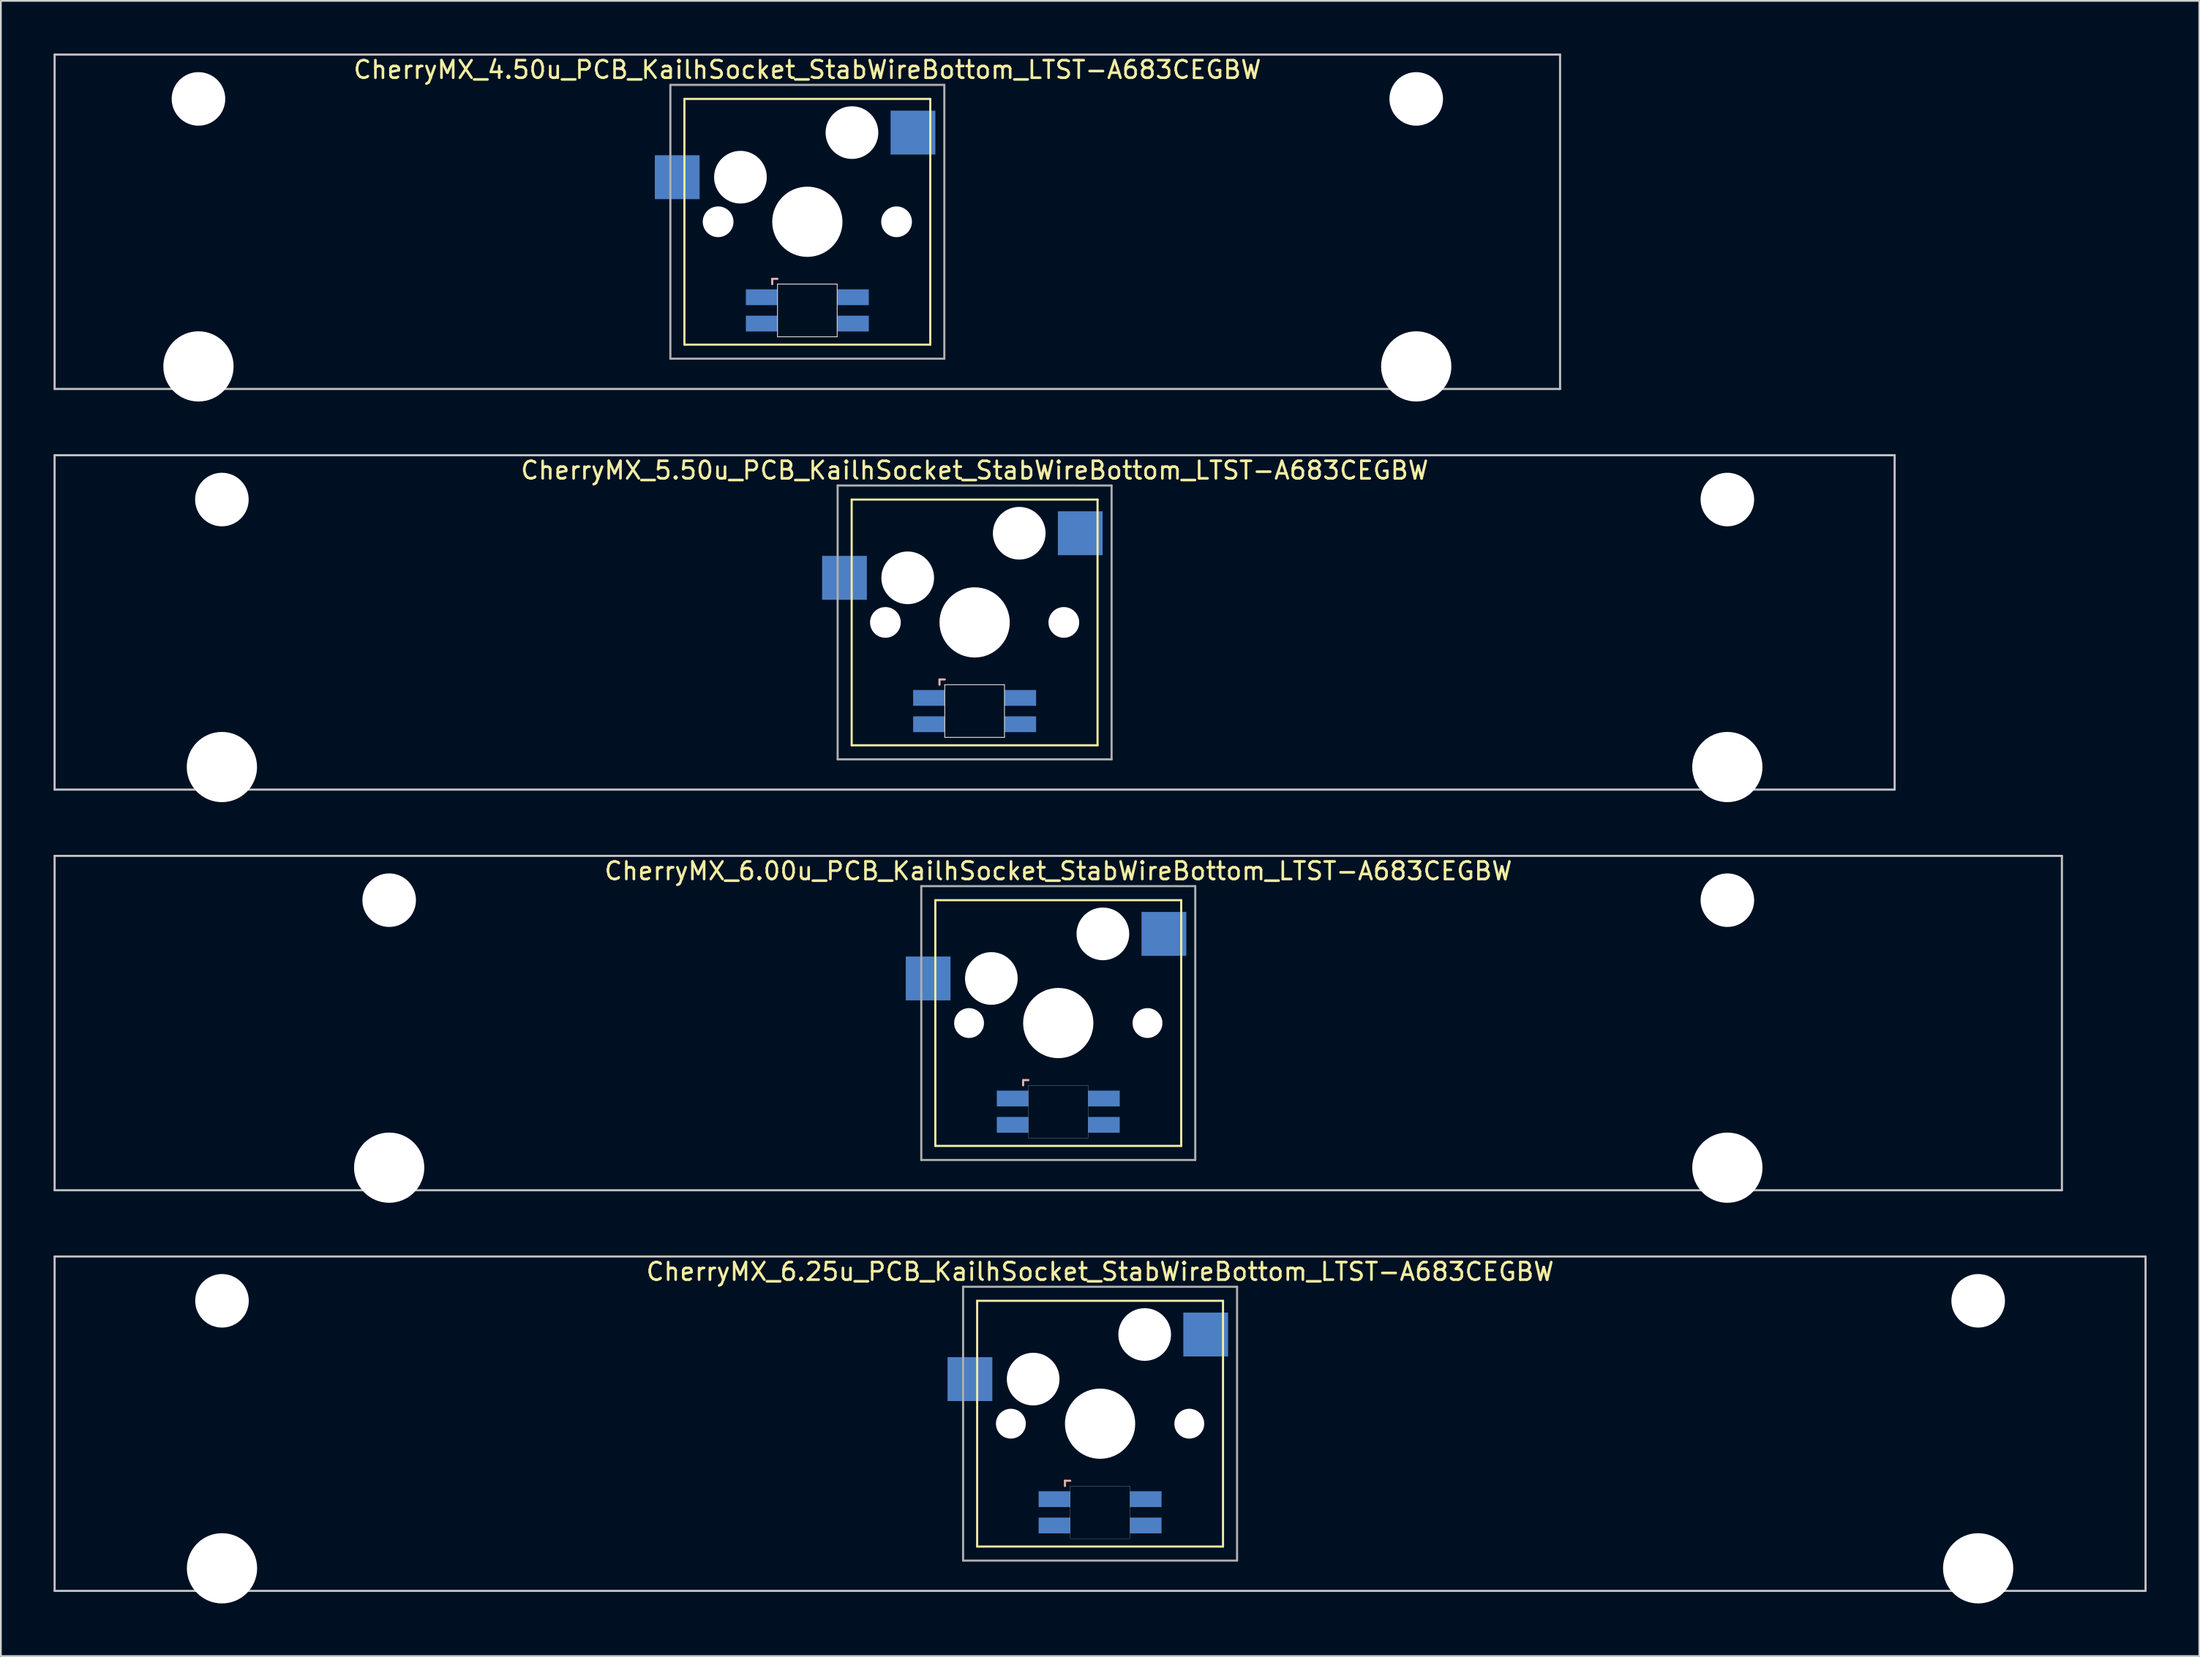
<source format=kicad_pcb>
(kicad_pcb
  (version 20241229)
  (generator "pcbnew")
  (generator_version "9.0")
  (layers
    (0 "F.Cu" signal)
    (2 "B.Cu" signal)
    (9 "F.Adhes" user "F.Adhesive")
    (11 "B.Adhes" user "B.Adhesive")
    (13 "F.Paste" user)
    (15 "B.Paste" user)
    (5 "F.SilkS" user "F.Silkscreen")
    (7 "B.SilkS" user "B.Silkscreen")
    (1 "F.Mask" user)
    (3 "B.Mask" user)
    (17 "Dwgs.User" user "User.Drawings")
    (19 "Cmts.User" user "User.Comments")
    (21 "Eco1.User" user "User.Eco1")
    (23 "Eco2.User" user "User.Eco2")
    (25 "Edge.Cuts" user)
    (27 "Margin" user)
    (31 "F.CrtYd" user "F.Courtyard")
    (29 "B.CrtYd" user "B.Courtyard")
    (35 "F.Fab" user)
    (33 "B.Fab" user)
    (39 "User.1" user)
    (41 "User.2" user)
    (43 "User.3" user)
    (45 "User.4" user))
  (footprint "CherryMX_4.50u_PCB_KailhSocket_StabWireBottom_LTST-A683CEGBW"
    (layer "F.Cu")
    (at 42.922 9.585)
    (property "Reference" "CherryMX_4.50u_PCB_KailhSocket_StabWireBottom_LTST-A683CEGBW" (at 0 -8.662 0) (layer "F.SilkS") (effects (font (size 1 1) (thickness 0.15))))
    (attr through_hole)
    (fp_line (start -7 -7) (end -7 7) (stroke (width 0.12) (type solid)) (layer "F.SilkS"))
    (fp_line (start -7 -7) (end 7 -7) (stroke (width 0.12) (type solid)) (layer "F.SilkS"))
    (fp_line (start 7 -7) (end 7 7) (stroke (width 0.12) (type solid)) (layer "F.SilkS"))
    (fp_line (start 7 7) (end -7 7) (stroke (width 0.12) (type solid)) (layer "F.SilkS"))
    (fp_line (start -2 3.25) (end -2 3.55) (stroke (width 0.12) (type solid)) (layer "B.SilkS"))
    (fp_line (start -1.7 3.25) (end -2 3.25) (stroke (width 0.12) (type solid)) (layer "B.SilkS"))
    (fp_line (start -42.862 -9.525) (end 42.862 -9.525) (stroke (width 0.12) (type solid)) (layer "Dwgs.User"))
    (fp_line (start -42.862 9.525) (end -42.862 -9.525) (stroke (width 0.12) (type solid)) (layer "Dwgs.User"))
    (fp_line (start 42.862 -9.525) (end 42.862 9.525) (stroke (width 0.12) (type solid)) (layer "Dwgs.User"))
    (fp_line (start 42.862 9.525) (end -42.862 9.525) (stroke (width 0.12) (type solid)) (layer "Dwgs.User"))
    (fp_line (start -1.7 3.55) (end 1.7 3.55) (stroke (width 0.05) (type solid)) (layer "Edge.Cuts"))
    (fp_line (start -1.7 6.55) (end -1.7 3.55) (stroke (width 0.05) (type solid)) (layer "Edge.Cuts"))
    (fp_line (start 1.7 3.55) (end 1.7 6.55) (stroke (width 0.05) (type solid)) (layer "Edge.Cuts"))
    (fp_line (start 1.7 6.55) (end -1.7 6.55) (stroke (width 0.05) (type solid)) (layer "Edge.Cuts"))
    (fp_line (start -7.8 -7.8) (end -7.8 7.8) (stroke (width 0.12) (type solid)) (layer "F.Fab"))
    (fp_line (start -7.8 -7.8) (end 7.8 -7.8) (stroke (width 0.12) (type solid)) (layer "F.Fab"))
    (fp_line (start -7.8 7.8) (end 7.8 7.8) (stroke (width 0.12) (type solid)) (layer "F.Fab"))
    (fp_line (start 7.8 -7.8) (end 7.8 7.8) (stroke (width 0.12) (type solid)) (layer "F.Fab"))
    (pad "" np_thru_hole circle (at -34.671 -7) (size 3.05 3.05) (drill 3.05) (layers "*.Cu" "*.Mask"))
    (pad "" np_thru_hole circle (at -34.671 8.24) (size 4 4) (drill 4) (layers "*.Cu" "*.Mask"))
    (pad "" np_thru_hole circle (at -5.08 0) (size 1.75 1.75) (drill 1.75) (layers "*.Cu" "*.Mask"))
    (pad "" np_thru_hole circle (at -3.81 -2.54) (size 3 3) (drill 3) (layers "*.Cu" "*.Mask"))
    (pad "" np_thru_hole circle (at 0 0) (size 4 4) (drill 4) (layers "*.Cu" "*.Mask"))
    (pad "" np_thru_hole circle (at 2.54 -5.08) (size 3 3) (drill 3) (layers "*.Cu" "*.Mask"))
    (pad "" np_thru_hole circle (at 5.08 0) (size 1.75 1.75) (drill 1.75) (layers "*.Cu" "*.Mask"))
    (pad "" np_thru_hole circle (at 34.671 -7) (size 3.05 3.05) (drill 3.05) (layers "*.Cu" "*.Mask"))
    (pad "" np_thru_hole circle (at 34.671 8.24) (size 4 4) (drill 4) (layers "*.Cu" "*.Mask"))
    (pad "1" smd rect (at -7.41 -2.54) (size 2.55 2.5) (layers "B.Cu" "B.Mask" "B.Paste"))
    (pad "2" smd rect (at 6.015 -5.08) (size 2.55 2.5) (layers "B.Cu" "B.Mask" "B.Paste"))
    (pad "3" smd rect (at -2.6 4.3) (size 1.8 0.9) (layers "B.Cu" "B.Mask" "B.Paste"))
    (pad "4" smd rect (at -2.6 5.8) (size 1.8 0.9) (layers "B.Cu" "B.Mask" "B.Paste"))
    (pad "5" smd rect (at 2.6 4.3) (size 1.8 0.9) (layers "B.Cu" "B.Mask" "B.Paste"))
    (pad "6" smd rect (at 2.6 5.8) (size 1.8 0.9) (layers "B.Cu" "B.Mask" "B.Paste")))
  (footprint "CherryMX_6.00u_PCB_KailhSocket_StabWireBottom_LTST-A683CEGBW"
    (layer "F.Cu")
    (at 57.21 55.235)
    (property "Reference" "CherryMX_6.00u_PCB_KailhSocket_StabWireBottom_LTST-A683CEGBW" (at 0 -8.662 0) (layer "F.SilkS") (effects (font (size 1 1) (thickness 0.15))))
    (attr through_hole)
    (fp_line (start -7 -7) (end -7 7) (stroke (width 0.12) (type solid)) (layer "F.SilkS"))
    (fp_line (start -7 -7) (end 7 -7) (stroke (width 0.12) (type solid)) (layer "F.SilkS"))
    (fp_line (start 7 -7) (end 7 7) (stroke (width 0.12) (type solid)) (layer "F.SilkS"))
    (fp_line (start 7 7) (end -7 7) (stroke (width 0.12) (type solid)) (layer "F.SilkS"))
    (fp_line (start -2 3.25) (end -2 3.55) (stroke (width 0.12) (type solid)) (layer "B.SilkS"))
    (fp_line (start -1.7 3.25) (end -2 3.25) (stroke (width 0.12) (type solid)) (layer "B.SilkS"))
    (fp_line (start -57.15 -9.525) (end 57.15 -9.525) (stroke (width 0.12) (type solid)) (layer "Dwgs.User"))
    (fp_line (start -57.15 9.525) (end -57.15 -9.525) (stroke (width 0.12) (type solid)) (layer "Dwgs.User"))
    (fp_line (start 57.15 -9.525) (end 57.15 9.525) (stroke (width 0.12) (type solid)) (layer "Dwgs.User"))
    (fp_line (start 57.15 9.525) (end -57.15 9.525) (stroke (width 0.12) (type solid)) (layer "Dwgs.User"))
    (fp_poly (pts (xy 1.7 6.55) (xy -1.7 6.55) (xy -1.7 3.55) (xy 1.7 3.55)) (stroke (width 0.01) (type solid)) (fill no) (layer "Edge.Cuts"))
    (fp_line (start -7.8 -7.8) (end -7.8 7.8) (stroke (width 0.12) (type solid)) (layer "F.Fab"))
    (fp_line (start -7.8 -7.8) (end 7.8 -7.8) (stroke (width 0.12) (type solid)) (layer "F.Fab"))
    (fp_line (start -7.8 7.8) (end 7.8 7.8) (stroke (width 0.12) (type solid)) (layer "F.Fab"))
    (fp_line (start 7.8 -7.8) (end 7.8 7.8) (stroke (width 0.12) (type solid)) (layer "F.Fab"))
    (pad "" np_thru_hole circle (at -38.1 -7) (size 3.05 3.05) (drill 3.05) (layers "*.Cu" "*.Mask"))
    (pad "" np_thru_hole circle (at -38.1 8.24) (size 4 4) (drill 4) (layers "*.Cu" "*.Mask"))
    (pad "" np_thru_hole circle (at -5.08 0) (size 1.7 1.7) (drill 1.7) (layers "*.Cu" "*.Mask"))
    (pad "" np_thru_hole circle (at -3.81 -2.54) (size 3 3) (drill 3) (layers "*.Cu" "*.Mask"))
    (pad "" np_thru_hole circle (at 0 0) (size 4 4) (drill 4) (layers "*.Cu" "*.Mask"))
    (pad "" np_thru_hole circle (at 2.54 -5.08) (size 3 3) (drill 3) (layers "*.Cu" "*.Mask"))
    (pad "" np_thru_hole circle (at 5.08 0) (size 1.7 1.7) (drill 1.7) (layers "*.Cu" "*.Mask"))
    (pad "" np_thru_hole circle (at 38.1 -7) (size 3.05 3.05) (drill 3.05) (layers "*.Cu" "*.Mask"))
    (pad "" np_thru_hole circle (at 38.1 8.24) (size 4 4) (drill 4) (layers "*.Cu" "*.Mask"))
    (pad "1" smd rect (at -7.41 -2.54) (size 2.55 2.5) (layers "B.Cu" "B.Mask" "B.Paste"))
    (pad "2" smd rect (at 6.015 -5.08) (size 2.55 2.5) (layers "B.Cu" "B.Mask" "B.Paste"))
    (pad "3" smd rect (at -2.6 4.3) (size 1.8 0.9) (layers "B.Cu" "B.Mask" "B.Paste"))
    (pad "4" smd rect (at -2.6 5.8) (size 1.8 0.9) (layers "B.Cu" "B.Mask" "B.Paste"))
    (pad "5" smd rect (at 2.6 4.3) (size 1.8 0.9) (layers "B.Cu" "B.Mask" "B.Paste"))
    (pad "6" smd rect (at 2.6 5.8) (size 1.8 0.9) (layers "B.Cu" "B.Mask" "B.Paste")))
  (footprint "CherryMX_5.50u_PCB_KailhSocket_StabWireBottom_LTST-A683CEGBW"
    (layer "F.Cu")
    (at 52.447 32.41)
    (property "Reference" "CherryMX_5.50u_PCB_KailhSocket_StabWireBottom_LTST-A683CEGBW" (at 0 -8.662 0) (layer "F.SilkS") (effects (font (size 1 1) (thickness 0.15))))
    (attr through_hole)
    (fp_line (start -7 -7) (end -7 7) (stroke (width 0.12) (type solid)) (layer "F.SilkS"))
    (fp_line (start -7 -7) (end 7 -7) (stroke (width 0.12) (type solid)) (layer "F.SilkS"))
    (fp_line (start 7 -7) (end 7 7) (stroke (width 0.12) (type solid)) (layer "F.SilkS"))
    (fp_line (start 7 7) (end -7 7) (stroke (width 0.12) (type solid)) (layer "F.SilkS"))
    (fp_line (start -2 3.25) (end -2 3.55) (stroke (width 0.12) (type solid)) (layer "B.SilkS"))
    (fp_line (start -1.7 3.25) (end -2 3.25) (stroke (width 0.12) (type solid)) (layer "B.SilkS"))
    (fp_line (start -52.388 -9.525) (end 52.388 -9.525) (stroke (width 0.12) (type solid)) (layer "Dwgs.User"))
    (fp_line (start -52.388 9.525) (end -52.388 -9.525) (stroke (width 0.12) (type solid)) (layer "Dwgs.User"))
    (fp_line (start 52.388 -9.525) (end 52.388 9.525) (stroke (width 0.12) (type solid)) (layer "Dwgs.User"))
    (fp_line (start 52.388 9.525) (end -52.388 9.525) (stroke (width 0.12) (type solid)) (layer "Dwgs.User"))
    (fp_line (start -1.7 3.55) (end 1.7 3.55) (stroke (width 0.05) (type solid)) (layer "Edge.Cuts"))
    (fp_line (start -1.7 6.55) (end -1.7 3.55) (stroke (width 0.05) (type solid)) (layer "Edge.Cuts"))
    (fp_line (start 1.7 3.55) (end 1.7 6.55) (stroke (width 0.05) (type solid)) (layer "Edge.Cuts"))
    (fp_line (start 1.7 6.55) (end -1.7 6.55) (stroke (width 0.05) (type solid)) (layer "Edge.Cuts"))
    (fp_line (start -7.8 -7.8) (end -7.8 7.8) (stroke (width 0.12) (type solid)) (layer "F.Fab"))
    (fp_line (start -7.8 -7.8) (end 7.8 -7.8) (stroke (width 0.12) (type solid)) (layer "F.Fab"))
    (fp_line (start -7.8 7.8) (end 7.8 7.8) (stroke (width 0.12) (type solid)) (layer "F.Fab"))
    (fp_line (start 7.8 -7.8) (end 7.8 7.8) (stroke (width 0.12) (type solid)) (layer "F.Fab"))
    (pad "" np_thru_hole circle (at -42.862 -7) (size 3.05 3.05) (drill 3.05) (layers "*.Cu" "*.Mask"))
    (pad "" np_thru_hole circle (at -42.862 8.24) (size 4 4) (drill 4) (layers "*.Cu" "*.Mask"))
    (pad "" np_thru_hole circle (at -5.08 0) (size 1.75 1.75) (drill 1.75) (layers "*.Cu" "*.Mask"))
    (pad "" np_thru_hole circle (at -3.81 -2.54) (size 3 3) (drill 3) (layers "*.Cu" "*.Mask"))
    (pad "" np_thru_hole circle (at 0 0) (size 4 4) (drill 4) (layers "*.Cu" "*.Mask"))
    (pad "" np_thru_hole circle (at 2.54 -5.08) (size 3 3) (drill 3) (layers "*.Cu" "*.Mask"))
    (pad "" np_thru_hole circle (at 5.08 0) (size 1.75 1.75) (drill 1.75) (layers "*.Cu" "*.Mask"))
    (pad "" np_thru_hole circle (at 42.862 -7) (size 3.05 3.05) (drill 3.05) (layers "*.Cu" "*.Mask"))
    (pad "" np_thru_hole circle (at 42.862 8.24) (size 4 4) (drill 4) (layers "*.Cu" "*.Mask"))
    (pad "1" smd rect (at -7.41 -2.54) (size 2.55 2.5) (layers "B.Cu" "B.Mask" "B.Paste"))
    (pad "2" smd rect (at 6.015 -5.08) (size 2.55 2.5) (layers "B.Cu" "B.Mask" "B.Paste"))
    (pad "3" smd rect (at -2.6 4.3) (size 1.8 0.9) (layers "B.Cu" "B.Mask" "B.Paste"))
    (pad "4" smd rect (at -2.6 5.8) (size 1.8 0.9) (layers "B.Cu" "B.Mask" "B.Paste"))
    (pad "5" smd rect (at 2.6 4.3) (size 1.8 0.9) (layers "B.Cu" "B.Mask" "B.Paste"))
    (pad "6" smd rect (at 2.6 5.8) (size 1.8 0.9) (layers "B.Cu" "B.Mask" "B.Paste")))
  (footprint "CherryMX_6.25u_PCB_KailhSocket_StabWireBottom_LTST-A683CEGBW"
    (layer "F.Cu")
    (at 59.591 78.06)
    (property "Reference" "CherryMX_6.25u_PCB_KailhSocket_StabWireBottom_LTST-A683CEGBW" (at 0 -8.662 0) (layer "F.SilkS") (effects (font (size 1 1) (thickness 0.15))))
    (attr through_hole)
    (fp_line (start -7 -7) (end -7 7) (stroke (width 0.12) (type solid)) (layer "F.SilkS"))
    (fp_line (start -7 -7) (end 7 -7) (stroke (width 0.12) (type solid)) (layer "F.SilkS"))
    (fp_line (start 7 -7) (end 7 7) (stroke (width 0.12) (type solid)) (layer "F.SilkS"))
    (fp_line (start 7 7) (end -7 7) (stroke (width 0.12) (type solid)) (layer "F.SilkS"))
    (fp_line (start -2 3.25) (end -2 3.55) (stroke (width 0.12) (type solid)) (layer "B.SilkS"))
    (fp_line (start -1.7 3.25) (end -2 3.25) (stroke (width 0.12) (type solid)) (layer "B.SilkS"))
    (fp_line (start -59.531 -9.525) (end 59.531 -9.525) (stroke (width 0.12) (type solid)) (layer "Dwgs.User"))
    (fp_line (start -59.531 9.525) (end -59.531 -9.525) (stroke (width 0.12) (type solid)) (layer "Dwgs.User"))
    (fp_line (start 59.531 -9.525) (end 59.531 9.525) (stroke (width 0.12) (type solid)) (layer "Dwgs.User"))
    (fp_line (start 59.531 9.525) (end -59.531 9.525) (stroke (width 0.12) (type solid)) (layer "Dwgs.User"))
    (fp_poly (pts (xy 1.7 6.55) (xy -1.7 6.55) (xy -1.7 3.55) (xy 1.7 3.55)) (stroke (width 0.01) (type solid)) (fill no) (layer "Edge.Cuts"))
    (fp_line (start -7.8 -7.8) (end -7.8 7.8) (stroke (width 0.12) (type solid)) (layer "F.Fab"))
    (fp_line (start -7.8 -7.8) (end 7.8 -7.8) (stroke (width 0.12) (type solid)) (layer "F.Fab"))
    (fp_line (start -7.8 7.8) (end 7.8 7.8) (stroke (width 0.12) (type solid)) (layer "F.Fab"))
    (fp_line (start 7.8 -7.8) (end 7.8 7.8) (stroke (width 0.12) (type solid)) (layer "F.Fab"))
    (pad "" np_thru_hole circle (at -50 -7) (size 3.05 3.05) (drill 3.05) (layers "*.Cu" "*.Mask"))
    (pad "" np_thru_hole circle (at -50 8.24) (size 4 4) (drill 4) (layers "*.Cu" "*.Mask"))
    (pad "" np_thru_hole circle (at -5.08 0) (size 1.7 1.7) (drill 1.7) (layers "*.Cu" "*.Mask"))
    (pad "" np_thru_hole circle (at -3.81 -2.54) (size 3 3) (drill 3) (layers "*.Cu" "*.Mask"))
    (pad "" np_thru_hole circle (at 0 0) (size 4 4) (drill 4) (layers "*.Cu" "*.Mask"))
    (pad "" np_thru_hole circle (at 2.54 -5.08) (size 3 3) (drill 3) (layers "*.Cu" "*.Mask"))
    (pad "" np_thru_hole circle (at 5.08 0) (size 1.7 1.7) (drill 1.7) (layers "*.Cu" "*.Mask"))
    (pad "" np_thru_hole circle (at 50 -7) (size 3.05 3.05) (drill 3.05) (layers "*.Cu" "*.Mask"))
    (pad "" np_thru_hole circle (at 50 8.24) (size 4 4) (drill 4) (layers "*.Cu" "*.Mask"))
    (pad "1" smd rect (at -7.41 -2.54) (size 2.55 2.5) (layers "B.Cu" "B.Mask" "B.Paste"))
    (pad "2" smd rect (at 6.015 -5.08) (size 2.55 2.5) (layers "B.Cu" "B.Mask" "B.Paste"))
    (pad "3" smd rect (at -2.6 4.3) (size 1.8 0.9) (layers "B.Cu" "B.Mask" "B.Paste"))
    (pad "4" smd rect (at -2.6 5.8) (size 1.8 0.9) (layers "B.Cu" "B.Mask" "B.Paste"))
    (pad "5" smd rect (at 2.6 4.3) (size 1.8 0.9) (layers "B.Cu" "B.Mask" "B.Paste"))
    (pad "6" smd rect (at 2.6 5.8) (size 1.8 0.9) (layers "B.Cu" "B.Mask" "B.Paste")))
  (gr_rect
    (start -3 -3)
    (end 122.183 91.3)
    (stroke (width 0.1) (type default))
    (fill no)
    (layer "Edge.Cuts")))
</source>
